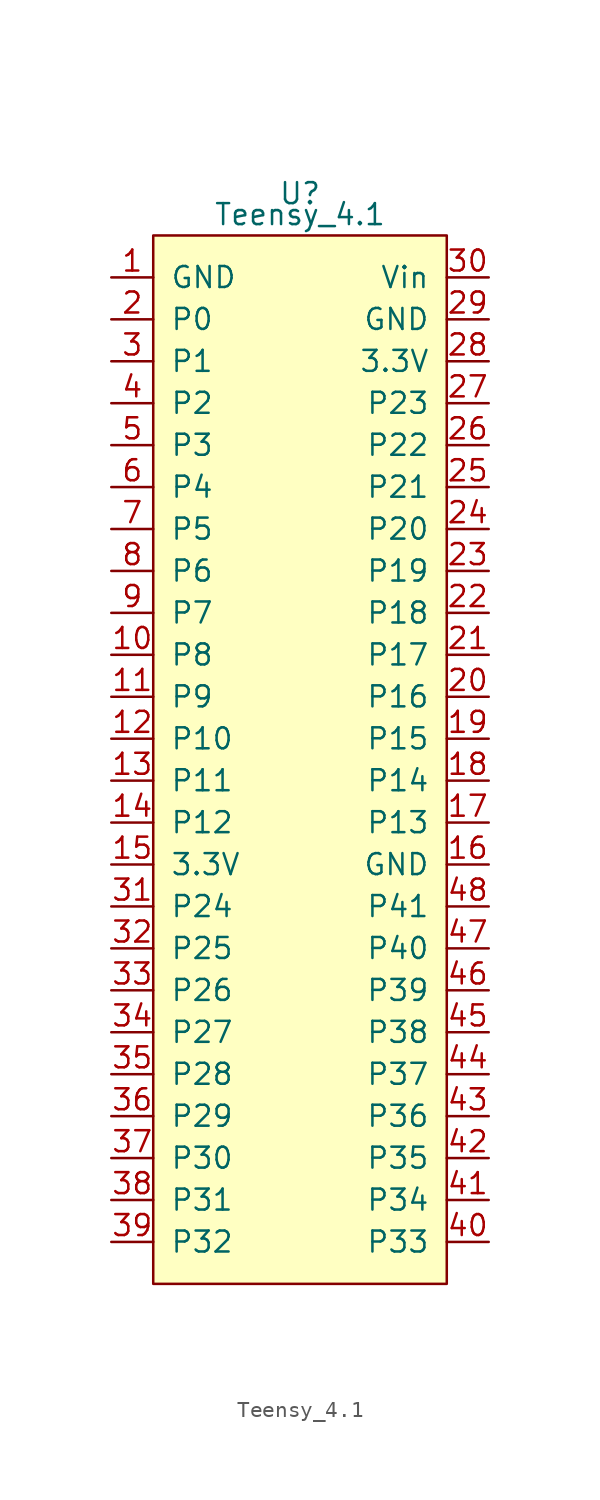
<source format=kicad_sym>
(kicad_symbol_lib
  (version 20211014)
  (generator kicad_symbol_editor)
  (symbol "Teensy_4.1"
    (pin_names
      (offset 1.016))
    (property "Reference" "U"
      (at 0 34.29 0)
      (effects (font (size 1.27 1.27))))
    (property "Value" "Teensy_4.1"
      (at 0 33.02 0)
      (effects (font (size 1.27 1.27))))
    (symbol "Teensy_4.1_0_0"
      (pin input line (at 11.43 26.67 180) (length 2.54) (name "GND" (effects (font (size 1.27 1.27)))) (number "29" (effects (font (size 1.27 1.27)))))
      (pin input line (at 11.43 29.21 180) (length 2.54) (name "Vin" (effects (font (size 1.27 1.27)))) (number "30" (effects (font (size 1.27 1.27))))))
    (symbol "Teensy_4.1_0_1"
      (rectangle (start -8.89 31.75) (end 8.89 -31.75) (stroke (width 0) (type default) (color 0 0 0 0)) (fill (type background))))
    (symbol "Teensy_4.1_1_1"
      (pin input line (at -11.43 29.21 0) (length 2.54) (name "GND" (effects (font (size 1.27 1.27)))) (number "1" (effects (font (size 1.27 1.27)))))
      (pin input line (at -11.43 6.35 0) (length 2.54) (name "P8" (effects (font (size 1.27 1.27)))) (number "10" (effects (font (size 1.27 1.27)))))
      (pin input line (at -11.43 3.81 0) (length 2.54) (name "P9" (effects (font (size 1.27 1.27)))) (number "11" (effects (font (size 1.27 1.27)))))
      (pin input line (at -11.43 1.27 0) (length 2.54) (name "P10" (effects (font (size 1.27 1.27)))) (number "12" (effects (font (size 1.27 1.27)))))
      (pin input line (at -11.43 -1.27 0) (length 2.54) (name "P11" (effects (font (size 1.27 1.27)))) (number "13" (effects (font (size 1.27 1.27)))))
      (pin input line (at -11.43 -3.81 0) (length 2.54) (name "P12" (effects (font (size 1.27 1.27)))) (number "14" (effects (font (size 1.27 1.27)))))
      (pin input line (at -11.43 -6.35 0) (length 2.54) (name "3.3V" (effects (font (size 1.27 1.27)))) (number "15" (effects (font (size 1.27 1.27)))))
      (pin input line (at 11.43 -6.35 180) (length 2.54) (name "GND" (effects (font (size 1.27 1.27)))) (number "16" (effects (font (size 1.27 1.27)))))
      (pin input line (at 11.43 -3.81 180) (length 2.54) (name "P13" (effects (font (size 1.27 1.27)))) (number "17" (effects (font (size 1.27 1.27)))))
      (pin input line (at 11.43 -1.27 180) (length 2.54) (name "P14" (effects (font (size 1.27 1.27)))) (number "18" (effects (font (size 1.27 1.27)))))
      (pin input line (at 11.43 1.27 180) (length 2.54) (name "P15" (effects (font (size 1.27 1.27)))) (number "19" (effects (font (size 1.27 1.27)))))
      (pin input line (at -11.43 26.67 0) (length 2.54) (name "P0" (effects (font (size 1.27 1.27)))) (number "2" (effects (font (size 1.27 1.27)))))
      (pin input line (at 11.43 3.81 180) (length 2.54) (name "P16" (effects (font (size 1.27 1.27)))) (number "20" (effects (font (size 1.27 1.27)))))
      (pin input line (at 11.43 6.35 180) (length 2.54) (name "P17" (effects (font (size 1.27 1.27)))) (number "21" (effects (font (size 1.27 1.27)))))
      (pin input line (at 11.43 8.89 180) (length 2.54) (name "P18" (effects (font (size 1.27 1.27)))) (number "22" (effects (font (size 1.27 1.27)))))
      (pin input line (at 11.43 11.43 180) (length 2.54) (name "P19" (effects (font (size 1.27 1.27)))) (number "23" (effects (font (size 1.27 1.27)))))
      (pin input line (at 11.43 13.97 180) (length 2.54) (name "P20" (effects (font (size 1.27 1.27)))) (number "24" (effects (font (size 1.27 1.27)))))
      (pin input line (at 11.43 16.51 180) (length 2.54) (name "P21" (effects (font (size 1.27 1.27)))) (number "25" (effects (font (size 1.27 1.27)))))
      (pin input line (at 11.43 19.05 180) (length 2.54) (name "P22" (effects (font (size 1.27 1.27)))) (number "26" (effects (font (size 1.27 1.27)))))
      (pin input line (at 11.43 21.59 180) (length 2.54) (name "P23" (effects (font (size 1.27 1.27)))) (number "27" (effects (font (size 1.27 1.27)))))
      (pin input line (at 11.43 24.13 180) (length 2.54) (name "3.3V" (effects (font (size 1.27 1.27)))) (number "28" (effects (font (size 1.27 1.27)))))
      (pin input line (at -11.43 24.13 0) (length 2.54) (name "P1" (effects (font (size 1.27 1.27)))) (number "3" (effects (font (size 1.27 1.27)))))
      (pin input line (at -11.43 -8.89 0) (length 2.54) (name "P24" (effects (font (size 1.27 1.27)))) (number "31" (effects (font (size 1.27 1.27)))))
      (pin input line (at -11.43 -11.43 0) (length 2.54) (name "P25" (effects (font (size 1.27 1.27)))) (number "32" (effects (font (size 1.27 1.27)))))
      (pin input line (at -11.43 -13.97 0) (length 2.54) (name "P26" (effects (font (size 1.27 1.27)))) (number "33" (effects (font (size 1.27 1.27)))))
      (pin input line (at -11.43 -16.51 0) (length 2.54) (name "P27" (effects (font (size 1.27 1.27)))) (number "34" (effects (font (size 1.27 1.27)))))
      (pin input line (at -11.43 -19.05 0) (length 2.54) (name "P28" (effects (font (size 1.27 1.27)))) (number "35" (effects (font (size 1.27 1.27)))))
      (pin input line (at -11.43 -21.59 0) (length 2.54) (name "P29" (effects (font (size 1.27 1.27)))) (number "36" (effects (font (size 1.27 1.27)))))
      (pin input line (at -11.43 -24.13 0) (length 2.54) (name "P30" (effects (font (size 1.27 1.27)))) (number "37" (effects (font (size 1.27 1.27)))))
      (pin input line (at -11.43 -26.67 0) (length 2.54) (name "P31" (effects (font (size 1.27 1.27)))) (number "38" (effects (font (size 1.27 1.27)))))
      (pin input line (at -11.43 -29.21 0) (length 2.54) (name "P32" (effects (font (size 1.27 1.27)))) (number "39" (effects (font (size 1.27 1.27)))))
      (pin input line (at -11.43 21.59 0) (length 2.54) (name "P2" (effects (font (size 1.27 1.27)))) (number "4" (effects (font (size 1.27 1.27)))))
      (pin input line (at 11.43 -29.21 180) (length 2.54) (name "P33" (effects (font (size 1.27 1.27)))) (number "40" (effects (font (size 1.27 1.27)))))
      (pin input line (at 11.43 -26.67 180) (length 2.54) (name "P34" (effects (font (size 1.27 1.27)))) (number "41" (effects (font (size 1.27 1.27)))))
      (pin input line (at 11.43 -24.13 180) (length 2.54) (name "P35" (effects (font (size 1.27 1.27)))) (number "42" (effects (font (size 1.27 1.27)))))
      (pin input line (at 11.43 -21.59 180) (length 2.54) (name "P36" (effects (font (size 1.27 1.27)))) (number "43" (effects (font (size 1.27 1.27)))))
      (pin input line (at 11.43 -19.05 180) (length 2.54) (name "P37" (effects (font (size 1.27 1.27)))) (number "44" (effects (font (size 1.27 1.27)))))
      (pin input line (at 11.43 -16.51 180) (length 2.54) (name "P38" (effects (font (size 1.27 1.27)))) (number "45" (effects (font (size 1.27 1.27)))))
      (pin input line (at 11.43 -13.97 180) (length 2.54) (name "P39" (effects (font (size 1.27 1.27)))) (number "46" (effects (font (size 1.27 1.27)))))
      (pin input line (at 11.43 -11.43 180) (length 2.54) (name "P40" (effects (font (size 1.27 1.27)))) (number "47" (effects (font (size 1.27 1.27)))))
      (pin input line (at 11.43 -8.89 180) (length 2.54) (name "P41" (effects (font (size 1.27 1.27)))) (number "48" (effects (font (size 1.27 1.27)))))
      (pin input line (at -11.43 19.05 0) (length 2.54) (name "P3" (effects (font (size 1.27 1.27)))) (number "5" (effects (font (size 1.27 1.27)))))
      (pin input line (at -11.43 16.51 0) (length 2.54) (name "P4" (effects (font (size 1.27 1.27)))) (number "6" (effects (font (size 1.27 1.27)))))
      (pin input line (at -11.43 13.97 0) (length 2.54) (name "P5" (effects (font (size 1.27 1.27)))) (number "7" (effects (font (size 1.27 1.27)))))
      (pin input line (at -11.43 11.43 0) (length 2.54) (name "P6" (effects (font (size 1.27 1.27)))) (number "8" (effects (font (size 1.27 1.27)))))
      (pin input line (at -11.43 8.89 0) (length 2.54) (name "P7" (effects (font (size 1.27 1.27)))) (number "9" (effects (font (size 1.27 1.27))))))))
</source>
